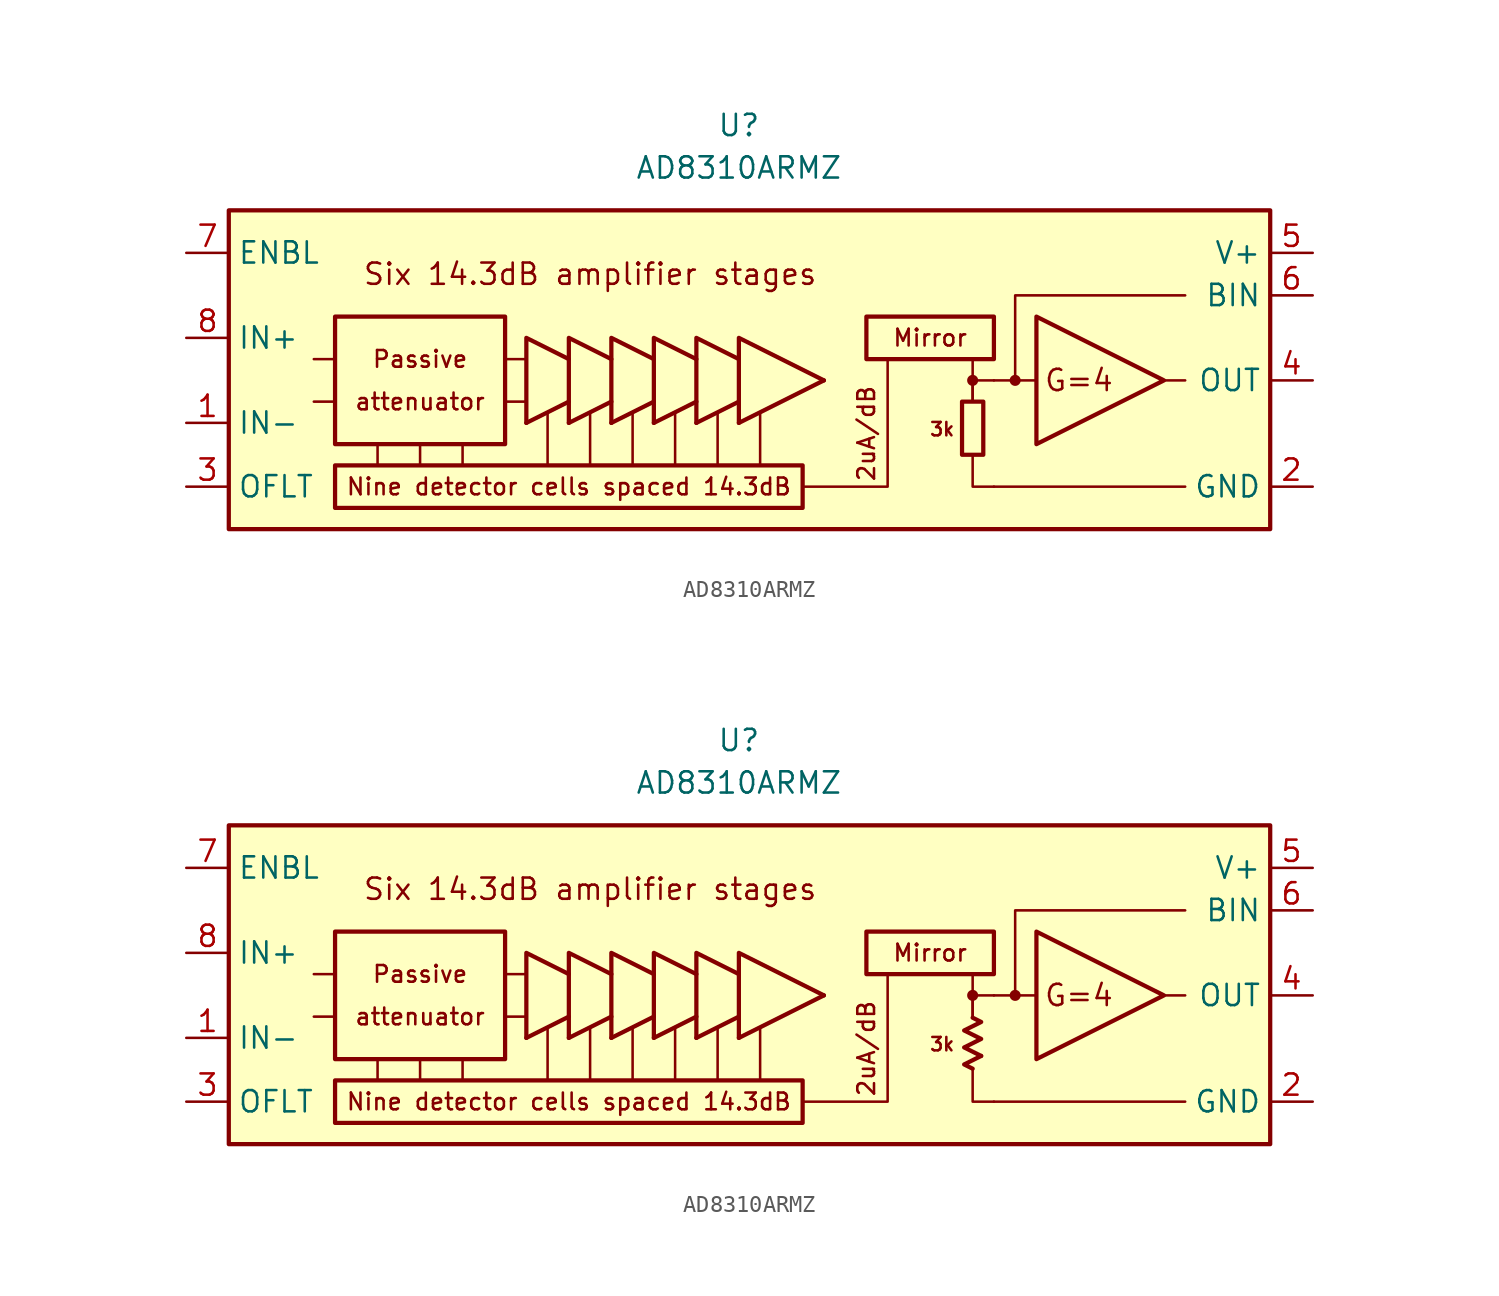
<source format=kicad_sym>
(kicad_symbol_lib
  (version 20231120)
  (generator "kicad_symbol_editor")
  (generator_version "8.0")
  (symbol "AD8310ARMZ"
    (property "Reference" "U"
      (at 0 16.51 0)
      (effects (font (size 1.27 1.27))))
    (property "Value" "AD8310ARMZ"
      (at 0 13.97 0)
      (effects (font (size 1.27 1.27))))
    (symbol "AD8310ARMZ_0_0"
      (rectangle (start -30.48 11.43) (end 31.75 -7.62) (stroke (width 0.254) (type default)) (fill (type background)))
      (rectangle (start -24.13 5.08) (end -13.97 -2.54) (stroke (width 0.254) (type default)) (fill (type none)))
      (polyline (pts (xy -24.13 0) (xy -25.4 0)) (stroke (width 0.152) (type default)) (fill (type none)))
      (polyline (pts (xy -24.13 2.54) (xy -25.4 2.54)) (stroke (width 0.152) (type default)) (fill (type none)))
      (polyline (pts (xy -21.59 -2.54) (xy -21.59 -3.81)) (stroke (width 0.152) (type default)) (fill (type none)))
      (polyline (pts (xy -19.05 -2.54) (xy -19.05 -3.81)) (stroke (width 0.152) (type default)) (fill (type none)))
      (polyline (pts (xy -16.51 -2.54) (xy -16.51 -3.81)) (stroke (width 0.152) (type default)) (fill (type none)))
      (polyline (pts (xy -13.97 0) (xy -12.7 0)) (stroke (width 0.152) (type default)) (fill (type none)))
      (polyline (pts (xy -13.97 2.54) (xy -12.7 2.54)) (stroke (width 0.152) (type default)) (fill (type none)))
      (polyline (pts (xy -11.43 -0.635) (xy -11.43 -3.81)) (stroke (width 0.152) (type default)) (fill (type none)))
      (polyline (pts (xy -8.89 -0.635) (xy -8.89 -3.81)) (stroke (width 0.152) (type default)) (fill (type none)))
      (polyline (pts (xy -6.35 -0.635) (xy -6.35 -3.81)) (stroke (width 0.152) (type default)) (fill (type none)))
      (polyline (pts (xy -3.81 -0.635) (xy -3.81 -3.81)) (stroke (width 0.152) (type default)) (fill (type none)))
      (polyline (pts (xy -1.27 -0.635) (xy -1.27 -3.81)) (stroke (width 0.152) (type default)) (fill (type none)))
      (polyline (pts (xy 1.27 -0.635) (xy 1.27 -3.81)) (stroke (width 0.152) (type default)) (fill (type none)))
      (polyline (pts (xy 13.97 0) (xy 13.97 1.27)) (stroke (width 0.152) (type default)) (fill (type none)))
      (polyline (pts (xy 13.97 1.27) (xy 15.24 1.27)) (stroke (width 0.152) (type default)) (fill (type none)))
      (polyline (pts (xy 13.97 2.54) (xy 13.97 0)) (stroke (width 0.152) (type default)) (fill (type none)))
      (polyline (pts (xy 15.24 -5.08) (xy 26.67 -5.08)) (stroke (width 0.152) (type default)) (fill (type none)))
      (polyline (pts (xy 15.24 1.27) (xy 17.78 1.27)) (stroke (width 0.152) (type default)) (fill (type none)))
      (polyline (pts (xy 26.67 1.27) (xy 25.4 1.27)) (stroke (width 0.152) (type default)) (fill (type none)))
      (polyline (pts (xy 3.81 -5.08) (xy 8.89 -5.08) (xy 8.89 2.54)) (stroke (width 0.152) (type default)) (fill (type none)))
      (polyline (pts (xy 13.97 -3.175) (xy 13.97 -5.08) (xy 15.24 -5.08)) (stroke (width 0.152) (type default)) (fill (type none)))
      (polyline (pts (xy 26.67 6.35) (xy 16.51 6.35) (xy 16.51 1.27)) (stroke (width 0.152) (type default)) (fill (type none)))
      (polyline (pts (xy 25.4 1.27) (xy 17.78 5.08) (xy 17.78 -2.54) (xy 25.4 1.27)) (stroke (width 0.254) (type default)) (fill (type none)))
      (rectangle (start 7.62 5.08) (end 15.24 2.54) (stroke (width 0.254) (type default)) (fill (type none)))
      (circle (center 13.97 1.27) (radius 0.254) (stroke (width 0.152) (type default)) (fill (type outline)))
      (circle (center 16.51 1.27) (radius 0.254) (stroke (width 0.152) (type default)) (fill (type outline)))
      (text "2uA/dB" (at 7.62 -1.905 900) (effects (font (size 1 1))))
      (text "3k" (at 12.954 -1.651 0) (effects (font (size 0.8 0.8)) (justify right)))
      (text "attenuator" (at -19.05 0 0) (effects (font (size 1 1))))
      (text "G=4" (at 20.32 1.27 0) (effects (font (size 1.27 1.27))))
      (text "Mirror" (at 11.43 3.81 0) (effects (font (size 1 1))))
      (text "Nine detector cells spaced 14.3dB" (at -10.16 -5.08 0) (effects (font (size 1 1))))
      (text "Passive" (at -19.05 2.54 0) (effects (font (size 1 1))))
      (text "Six 14.3dB amplifier stages" (at -8.89 7.62 0) (effects (font (size 1.27 1.27)))))
    (symbol "AD8310ARMZ_0_1"
      (rectangle (start 13.335 0) (end 14.605 -3.175) (stroke (width 0.254) (type default)) (fill (type none))))
    (symbol "AD8310ARMZ_0_2"
      (polyline (pts (xy 14.478 -2.349) (xy 13.462 -2.857) (xy 13.97 -3.111)) (stroke (width 0.254) (type default)) (fill (type none)))
      (polyline (pts (xy 13.97 -0.064) (xy 14.478 -0.318) (xy 13.462 -0.826) (xy 14.478 -1.333) (xy 13.462 -1.841) (xy 14.478 -2.349)) (stroke (width 0.254) (type default)) (fill (type none))))
    (symbol "AD8310ARMZ_1_0"
      (rectangle (start -24.13 -3.81) (end 3.81 -6.35) (stroke (width 0.254) (type default)) (fill (type none)))
      (polyline (pts (xy -12.7 -1.27) (xy -10.16 0)) (stroke (width 0.254) (type default)) (fill (type none)))
      (polyline (pts (xy -10.16 -1.27) (xy -7.62 0)) (stroke (width 0.254) (type default)) (fill (type none)))
      (polyline (pts (xy -7.62 -1.27) (xy -5.08 0)) (stroke (width 0.254) (type default)) (fill (type none)))
      (polyline (pts (xy -5.08 -1.27) (xy -2.54 0)) (stroke (width 0.254) (type default)) (fill (type none)))
      (polyline (pts (xy -2.54 -1.27) (xy 0 0)) (stroke (width 0.254) (type default)) (fill (type none)))
      (polyline (pts (xy 0 -1.27) (xy 5.08 1.27)) (stroke (width 0.254) (type default)) (fill (type none)))
      (polyline (pts (xy -12.7 -1.27) (xy -12.7 3.81) (xy -10.16 2.54)) (stroke (width 0.254) (type default)) (fill (type none)))
      (polyline (pts (xy -10.16 -1.27) (xy -10.16 3.81) (xy -7.62 2.54)) (stroke (width 0.254) (type default)) (fill (type none)))
      (polyline (pts (xy -7.62 -1.27) (xy -7.62 3.81) (xy -5.08 2.54)) (stroke (width 0.254) (type default)) (fill (type none)))
      (polyline (pts (xy -5.08 -1.27) (xy -5.08 3.81) (xy -2.54 2.54)) (stroke (width 0.254) (type default)) (fill (type none)))
      (polyline (pts (xy -2.54 -1.27) (xy -2.54 3.81) (xy 0 2.54)) (stroke (width 0.254) (type default)) (fill (type none)))
      (polyline (pts (xy 0 -1.27) (xy 0 3.81) (xy 5.08 1.27)) (stroke (width 0.254) (type default)) (fill (type none))))
    (symbol "AD8310ARMZ_1_1"
      (pin input line (at -33.02 -1.27 0) (length 2.54) (name "IN-" (effects (font (size 1.27 1.27)))) (number "1" (effects (font (size 1.27 1.27)))))
      (pin power_in line (at 34.29 -5.08 180) (length 2.54) (name "GND" (effects (font (size 1.27 1.27)))) (number "2" (effects (font (size 1.27 1.27)))))
      (pin passive line (at -33.02 -5.08 0) (length 2.54) (name "OFLT" (effects (font (size 1.27 1.27)))) (number "3" (effects (font (size 1.27 1.27)))))
      (pin output line (at 34.29 1.27 180) (length 2.54) (name "OUT" (effects (font (size 1.27 1.27)))) (number "4" (effects (font (size 1.27 1.27)))))
      (pin power_in line (at 34.29 8.89 180) (length 2.54) (name "V+" (effects (font (size 1.27 1.27)))) (number "5" (effects (font (size 1.27 1.27)))))
      (pin output line (at 34.29 6.35 180) (length 2.54) (name "BIN" (effects (font (size 1.27 1.27)))) (number "6" (effects (font (size 1.27 1.27)))))
      (pin input line (at -33.02 8.89 0) (length 2.54) (name "ENBL" (effects (font (size 1.27 1.27)))) (number "7" (effects (font (size 1.27 1.27)))))
      (pin input line (at -33.02 3.81 0) (length 2.54) (name "IN+" (effects (font (size 1.27 1.27)))) (number "8" (effects (font (size 1.27 1.27))))))
    (symbol "AD8310ARMZ_1_2"
      (pin input line (at -33.02 -1.27 0) (length 2.54) (name "IN-" (effects (font (size 1.27 1.27)))) (number "1" (effects (font (size 1.27 1.27)))))
      (pin power_in line (at 34.29 -5.08 180) (length 2.54) (name "GND" (effects (font (size 1.27 1.27)))) (number "2" (effects (font (size 1.27 1.27)))))
      (pin passive line (at -33.02 -5.08 0) (length 2.54) (name "OFLT" (effects (font (size 1.27 1.27)))) (number "3" (effects (font (size 1.27 1.27)))))
      (pin output line (at 34.29 1.27 180) (length 2.54) (name "OUT" (effects (font (size 1.27 1.27)))) (number "4" (effects (font (size 1.27 1.27)))))
      (pin power_in line (at 34.29 8.89 180) (length 2.54) (name "V+" (effects (font (size 1.27 1.27)))) (number "5" (effects (font (size 1.27 1.27)))))
      (pin output line (at 34.29 6.35 180) (length 2.54) (name "BIN" (effects (font (size 1.27 1.27)))) (number "6" (effects (font (size 1.27 1.27)))))
      (pin input line (at -33.02 8.89 0) (length 2.54) (name "ENBL" (effects (font (size 1.27 1.27)))) (number "7" (effects (font (size 1.27 1.27)))))
      (pin input line (at -33.02 3.81 0) (length 2.54) (name "IN+" (effects (font (size 1.27 1.27)))) (number "8" (effects (font (size 1.27 1.27))))))))
</source>
